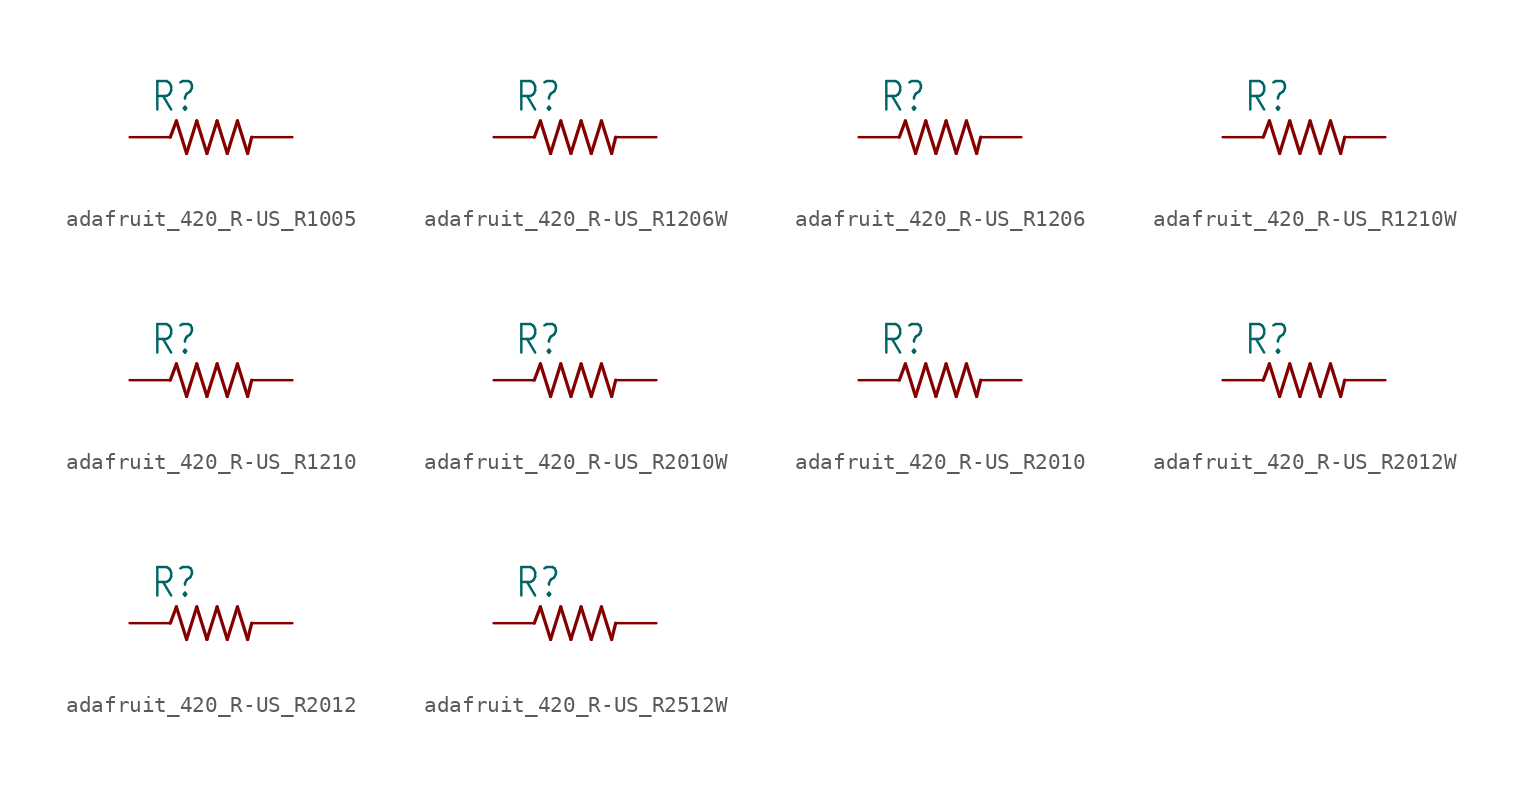
<source format=kicad_sym>
(kicad_symbol_lib
  (version 20241209)
  (generator "kicad_symbol_editor")
  (generator_version "9.0")
  (symbol "adafruit_420_R-US_R1005"
    (property "Reference" "R"
      (at -3.81 1.499 0)
      (effects (font (size 1.778 1.511)) (justify left bottom)))
    (property "Value" ""
      (at -3.81 -3.302 0)
      (effects (font (size 1.778 1.511)) (justify left bottom)))
    (property "ki_locked" ""
      (at 0 0 0)
      (effects (font (size 1.27 1.27))))
    (symbol "adafruit_420_R-US_R1005_1_0"
      (polyline (pts (xy -2.54 0) (xy -2.159 1.016)) (stroke (width 0.203) (type solid)) (fill (type none)))
      (polyline (pts (xy -2.159 1.016) (xy -1.524 -1.016)) (stroke (width 0.203) (type solid)) (fill (type none)))
      (polyline (pts (xy -1.524 -1.016) (xy -0.889 1.016)) (stroke (width 0.203) (type solid)) (fill (type none)))
      (polyline (pts (xy -0.889 1.016) (xy -0.254 -1.016)) (stroke (width 0.203) (type solid)) (fill (type none)))
      (polyline (pts (xy -0.254 -1.016) (xy 0.381 1.016)) (stroke (width 0.203) (type solid)) (fill (type none)))
      (polyline (pts (xy 0.381 1.016) (xy 1.016 -1.016)) (stroke (width 0.203) (type solid)) (fill (type none)))
      (polyline (pts (xy 1.016 -1.016) (xy 1.651 1.016)) (stroke (width 0.203) (type solid)) (fill (type none)))
      (polyline (pts (xy 1.651 1.016) (xy 2.286 -1.016)) (stroke (width 0.203) (type solid)) (fill (type none)))
      (polyline (pts (xy 2.286 -1.016) (xy 2.54 0)) (stroke (width 0.203) (type solid)) (fill (type none)))
      (pin passive line (at -5.08 0 0) (length 2.54) (name "1" (effects (font (size 0 0)))) (number "1" (effects (font (size 0 0)))))
      (pin passive line (at 5.08 0 180) (length 2.54) (name "2" (effects (font (size 0 0)))) (number "2" (effects (font (size 0 0)))))))
  (symbol "adafruit_420_R-US_R1206W"
    (property "Reference" "R"
      (at -3.81 1.499 0)
      (effects (font (size 1.778 1.511)) (justify left bottom)))
    (property "Value" ""
      (at -3.81 -3.302 0)
      (effects (font (size 1.778 1.511)) (justify left bottom)))
    (property "ki_locked" ""
      (at 0 0 0)
      (effects (font (size 1.27 1.27))))
    (symbol "adafruit_420_R-US_R1206W_1_0"
      (polyline (pts (xy -2.54 0) (xy -2.159 1.016)) (stroke (width 0.203) (type solid)) (fill (type none)))
      (polyline (pts (xy -2.159 1.016) (xy -1.524 -1.016)) (stroke (width 0.203) (type solid)) (fill (type none)))
      (polyline (pts (xy -1.524 -1.016) (xy -0.889 1.016)) (stroke (width 0.203) (type solid)) (fill (type none)))
      (polyline (pts (xy -0.889 1.016) (xy -0.254 -1.016)) (stroke (width 0.203) (type solid)) (fill (type none)))
      (polyline (pts (xy -0.254 -1.016) (xy 0.381 1.016)) (stroke (width 0.203) (type solid)) (fill (type none)))
      (polyline (pts (xy 0.381 1.016) (xy 1.016 -1.016)) (stroke (width 0.203) (type solid)) (fill (type none)))
      (polyline (pts (xy 1.016 -1.016) (xy 1.651 1.016)) (stroke (width 0.203) (type solid)) (fill (type none)))
      (polyline (pts (xy 1.651 1.016) (xy 2.286 -1.016)) (stroke (width 0.203) (type solid)) (fill (type none)))
      (polyline (pts (xy 2.286 -1.016) (xy 2.54 0)) (stroke (width 0.203) (type solid)) (fill (type none)))
      (pin passive line (at -5.08 0 0) (length 2.54) (name "1" (effects (font (size 0 0)))) (number "1" (effects (font (size 0 0)))))
      (pin passive line (at 5.08 0 180) (length 2.54) (name "2" (effects (font (size 0 0)))) (number "2" (effects (font (size 0 0)))))))
  (symbol "adafruit_420_R-US_R1206"
    (property "Reference" "R"
      (at -3.81 1.499 0)
      (effects (font (size 1.778 1.511)) (justify left bottom)))
    (property "Value" ""
      (at -3.81 -3.302 0)
      (effects (font (size 1.778 1.511)) (justify left bottom)))
    (property "ki_locked" ""
      (at 0 0 0)
      (effects (font (size 1.27 1.27))))
    (symbol "adafruit_420_R-US_R1206_1_0"
      (polyline (pts (xy -2.54 0) (xy -2.159 1.016)) (stroke (width 0.203) (type solid)) (fill (type none)))
      (polyline (pts (xy -2.159 1.016) (xy -1.524 -1.016)) (stroke (width 0.203) (type solid)) (fill (type none)))
      (polyline (pts (xy -1.524 -1.016) (xy -0.889 1.016)) (stroke (width 0.203) (type solid)) (fill (type none)))
      (polyline (pts (xy -0.889 1.016) (xy -0.254 -1.016)) (stroke (width 0.203) (type solid)) (fill (type none)))
      (polyline (pts (xy -0.254 -1.016) (xy 0.381 1.016)) (stroke (width 0.203) (type solid)) (fill (type none)))
      (polyline (pts (xy 0.381 1.016) (xy 1.016 -1.016)) (stroke (width 0.203) (type solid)) (fill (type none)))
      (polyline (pts (xy 1.016 -1.016) (xy 1.651 1.016)) (stroke (width 0.203) (type solid)) (fill (type none)))
      (polyline (pts (xy 1.651 1.016) (xy 2.286 -1.016)) (stroke (width 0.203) (type solid)) (fill (type none)))
      (polyline (pts (xy 2.286 -1.016) (xy 2.54 0)) (stroke (width 0.203) (type solid)) (fill (type none)))
      (pin passive line (at -5.08 0 0) (length 2.54) (name "1" (effects (font (size 0 0)))) (number "1" (effects (font (size 0 0)))))
      (pin passive line (at 5.08 0 180) (length 2.54) (name "2" (effects (font (size 0 0)))) (number "2" (effects (font (size 0 0)))))))
  (symbol "adafruit_420_R-US_R1210W"
    (property "Reference" "R"
      (at -3.81 1.499 0)
      (effects (font (size 1.778 1.511)) (justify left bottom)))
    (property "Value" ""
      (at -3.81 -3.302 0)
      (effects (font (size 1.778 1.511)) (justify left bottom)))
    (property "ki_locked" ""
      (at 0 0 0)
      (effects (font (size 1.27 1.27))))
    (symbol "adafruit_420_R-US_R1210W_1_0"
      (polyline (pts (xy -2.54 0) (xy -2.159 1.016)) (stroke (width 0.203) (type solid)) (fill (type none)))
      (polyline (pts (xy -2.159 1.016) (xy -1.524 -1.016)) (stroke (width 0.203) (type solid)) (fill (type none)))
      (polyline (pts (xy -1.524 -1.016) (xy -0.889 1.016)) (stroke (width 0.203) (type solid)) (fill (type none)))
      (polyline (pts (xy -0.889 1.016) (xy -0.254 -1.016)) (stroke (width 0.203) (type solid)) (fill (type none)))
      (polyline (pts (xy -0.254 -1.016) (xy 0.381 1.016)) (stroke (width 0.203) (type solid)) (fill (type none)))
      (polyline (pts (xy 0.381 1.016) (xy 1.016 -1.016)) (stroke (width 0.203) (type solid)) (fill (type none)))
      (polyline (pts (xy 1.016 -1.016) (xy 1.651 1.016)) (stroke (width 0.203) (type solid)) (fill (type none)))
      (polyline (pts (xy 1.651 1.016) (xy 2.286 -1.016)) (stroke (width 0.203) (type solid)) (fill (type none)))
      (polyline (pts (xy 2.286 -1.016) (xy 2.54 0)) (stroke (width 0.203) (type solid)) (fill (type none)))
      (pin passive line (at -5.08 0 0) (length 2.54) (name "1" (effects (font (size 0 0)))) (number "1" (effects (font (size 0 0)))))
      (pin passive line (at 5.08 0 180) (length 2.54) (name "2" (effects (font (size 0 0)))) (number "2" (effects (font (size 0 0)))))))
  (symbol "adafruit_420_R-US_R1210"
    (property "Reference" "R"
      (at -3.81 1.499 0)
      (effects (font (size 1.778 1.511)) (justify left bottom)))
    (property "Value" ""
      (at -3.81 -3.302 0)
      (effects (font (size 1.778 1.511)) (justify left bottom)))
    (property "ki_locked" ""
      (at 0 0 0)
      (effects (font (size 1.27 1.27))))
    (symbol "adafruit_420_R-US_R1210_1_0"
      (polyline (pts (xy -2.54 0) (xy -2.159 1.016)) (stroke (width 0.203) (type solid)) (fill (type none)))
      (polyline (pts (xy -2.159 1.016) (xy -1.524 -1.016)) (stroke (width 0.203) (type solid)) (fill (type none)))
      (polyline (pts (xy -1.524 -1.016) (xy -0.889 1.016)) (stroke (width 0.203) (type solid)) (fill (type none)))
      (polyline (pts (xy -0.889 1.016) (xy -0.254 -1.016)) (stroke (width 0.203) (type solid)) (fill (type none)))
      (polyline (pts (xy -0.254 -1.016) (xy 0.381 1.016)) (stroke (width 0.203) (type solid)) (fill (type none)))
      (polyline (pts (xy 0.381 1.016) (xy 1.016 -1.016)) (stroke (width 0.203) (type solid)) (fill (type none)))
      (polyline (pts (xy 1.016 -1.016) (xy 1.651 1.016)) (stroke (width 0.203) (type solid)) (fill (type none)))
      (polyline (pts (xy 1.651 1.016) (xy 2.286 -1.016)) (stroke (width 0.203) (type solid)) (fill (type none)))
      (polyline (pts (xy 2.286 -1.016) (xy 2.54 0)) (stroke (width 0.203) (type solid)) (fill (type none)))
      (pin passive line (at -5.08 0 0) (length 2.54) (name "1" (effects (font (size 0 0)))) (number "1" (effects (font (size 0 0)))))
      (pin passive line (at 5.08 0 180) (length 2.54) (name "2" (effects (font (size 0 0)))) (number "2" (effects (font (size 0 0)))))))
  (symbol "adafruit_420_R-US_R2010W"
    (property "Reference" "R"
      (at -3.81 1.499 0)
      (effects (font (size 1.778 1.511)) (justify left bottom)))
    (property "Value" ""
      (at -3.81 -3.302 0)
      (effects (font (size 1.778 1.511)) (justify left bottom)))
    (property "ki_locked" ""
      (at 0 0 0)
      (effects (font (size 1.27 1.27))))
    (symbol "adafruit_420_R-US_R2010W_1_0"
      (polyline (pts (xy -2.54 0) (xy -2.159 1.016)) (stroke (width 0.203) (type solid)) (fill (type none)))
      (polyline (pts (xy -2.159 1.016) (xy -1.524 -1.016)) (stroke (width 0.203) (type solid)) (fill (type none)))
      (polyline (pts (xy -1.524 -1.016) (xy -0.889 1.016)) (stroke (width 0.203) (type solid)) (fill (type none)))
      (polyline (pts (xy -0.889 1.016) (xy -0.254 -1.016)) (stroke (width 0.203) (type solid)) (fill (type none)))
      (polyline (pts (xy -0.254 -1.016) (xy 0.381 1.016)) (stroke (width 0.203) (type solid)) (fill (type none)))
      (polyline (pts (xy 0.381 1.016) (xy 1.016 -1.016)) (stroke (width 0.203) (type solid)) (fill (type none)))
      (polyline (pts (xy 1.016 -1.016) (xy 1.651 1.016)) (stroke (width 0.203) (type solid)) (fill (type none)))
      (polyline (pts (xy 1.651 1.016) (xy 2.286 -1.016)) (stroke (width 0.203) (type solid)) (fill (type none)))
      (polyline (pts (xy 2.286 -1.016) (xy 2.54 0)) (stroke (width 0.203) (type solid)) (fill (type none)))
      (pin passive line (at -5.08 0 0) (length 2.54) (name "1" (effects (font (size 0 0)))) (number "1" (effects (font (size 0 0)))))
      (pin passive line (at 5.08 0 180) (length 2.54) (name "2" (effects (font (size 0 0)))) (number "2" (effects (font (size 0 0)))))))
  (symbol "adafruit_420_R-US_R2010"
    (property "Reference" "R"
      (at -3.81 1.499 0)
      (effects (font (size 1.778 1.511)) (justify left bottom)))
    (property "Value" ""
      (at -3.81 -3.302 0)
      (effects (font (size 1.778 1.511)) (justify left bottom)))
    (property "ki_locked" ""
      (at 0 0 0)
      (effects (font (size 1.27 1.27))))
    (symbol "adafruit_420_R-US_R2010_1_0"
      (polyline (pts (xy -2.54 0) (xy -2.159 1.016)) (stroke (width 0.203) (type solid)) (fill (type none)))
      (polyline (pts (xy -2.159 1.016) (xy -1.524 -1.016)) (stroke (width 0.203) (type solid)) (fill (type none)))
      (polyline (pts (xy -1.524 -1.016) (xy -0.889 1.016)) (stroke (width 0.203) (type solid)) (fill (type none)))
      (polyline (pts (xy -0.889 1.016) (xy -0.254 -1.016)) (stroke (width 0.203) (type solid)) (fill (type none)))
      (polyline (pts (xy -0.254 -1.016) (xy 0.381 1.016)) (stroke (width 0.203) (type solid)) (fill (type none)))
      (polyline (pts (xy 0.381 1.016) (xy 1.016 -1.016)) (stroke (width 0.203) (type solid)) (fill (type none)))
      (polyline (pts (xy 1.016 -1.016) (xy 1.651 1.016)) (stroke (width 0.203) (type solid)) (fill (type none)))
      (polyline (pts (xy 1.651 1.016) (xy 2.286 -1.016)) (stroke (width 0.203) (type solid)) (fill (type none)))
      (polyline (pts (xy 2.286 -1.016) (xy 2.54 0)) (stroke (width 0.203) (type solid)) (fill (type none)))
      (pin passive line (at -5.08 0 0) (length 2.54) (name "1" (effects (font (size 0 0)))) (number "1" (effects (font (size 0 0)))))
      (pin passive line (at 5.08 0 180) (length 2.54) (name "2" (effects (font (size 0 0)))) (number "2" (effects (font (size 0 0)))))))
  (symbol "adafruit_420_R-US_R2012W"
    (property "Reference" "R"
      (at -3.81 1.499 0)
      (effects (font (size 1.778 1.511)) (justify left bottom)))
    (property "Value" ""
      (at -3.81 -3.302 0)
      (effects (font (size 1.778 1.511)) (justify left bottom)))
    (property "ki_locked" ""
      (at 0 0 0)
      (effects (font (size 1.27 1.27))))
    (symbol "adafruit_420_R-US_R2012W_1_0"
      (polyline (pts (xy -2.54 0) (xy -2.159 1.016)) (stroke (width 0.203) (type solid)) (fill (type none)))
      (polyline (pts (xy -2.159 1.016) (xy -1.524 -1.016)) (stroke (width 0.203) (type solid)) (fill (type none)))
      (polyline (pts (xy -1.524 -1.016) (xy -0.889 1.016)) (stroke (width 0.203) (type solid)) (fill (type none)))
      (polyline (pts (xy -0.889 1.016) (xy -0.254 -1.016)) (stroke (width 0.203) (type solid)) (fill (type none)))
      (polyline (pts (xy -0.254 -1.016) (xy 0.381 1.016)) (stroke (width 0.203) (type solid)) (fill (type none)))
      (polyline (pts (xy 0.381 1.016) (xy 1.016 -1.016)) (stroke (width 0.203) (type solid)) (fill (type none)))
      (polyline (pts (xy 1.016 -1.016) (xy 1.651 1.016)) (stroke (width 0.203) (type solid)) (fill (type none)))
      (polyline (pts (xy 1.651 1.016) (xy 2.286 -1.016)) (stroke (width 0.203) (type solid)) (fill (type none)))
      (polyline (pts (xy 2.286 -1.016) (xy 2.54 0)) (stroke (width 0.203) (type solid)) (fill (type none)))
      (pin passive line (at -5.08 0 0) (length 2.54) (name "1" (effects (font (size 0 0)))) (number "1" (effects (font (size 0 0)))))
      (pin passive line (at 5.08 0 180) (length 2.54) (name "2" (effects (font (size 0 0)))) (number "2" (effects (font (size 0 0)))))))
  (symbol "adafruit_420_R-US_R2012"
    (property "Reference" "R"
      (at -3.81 1.499 0)
      (effects (font (size 1.778 1.511)) (justify left bottom)))
    (property "Value" ""
      (at -3.81 -3.302 0)
      (effects (font (size 1.778 1.511)) (justify left bottom)))
    (property "ki_locked" ""
      (at 0 0 0)
      (effects (font (size 1.27 1.27))))
    (symbol "adafruit_420_R-US_R2012_1_0"
      (polyline (pts (xy -2.54 0) (xy -2.159 1.016)) (stroke (width 0.203) (type solid)) (fill (type none)))
      (polyline (pts (xy -2.159 1.016) (xy -1.524 -1.016)) (stroke (width 0.203) (type solid)) (fill (type none)))
      (polyline (pts (xy -1.524 -1.016) (xy -0.889 1.016)) (stroke (width 0.203) (type solid)) (fill (type none)))
      (polyline (pts (xy -0.889 1.016) (xy -0.254 -1.016)) (stroke (width 0.203) (type solid)) (fill (type none)))
      (polyline (pts (xy -0.254 -1.016) (xy 0.381 1.016)) (stroke (width 0.203) (type solid)) (fill (type none)))
      (polyline (pts (xy 0.381 1.016) (xy 1.016 -1.016)) (stroke (width 0.203) (type solid)) (fill (type none)))
      (polyline (pts (xy 1.016 -1.016) (xy 1.651 1.016)) (stroke (width 0.203) (type solid)) (fill (type none)))
      (polyline (pts (xy 1.651 1.016) (xy 2.286 -1.016)) (stroke (width 0.203) (type solid)) (fill (type none)))
      (polyline (pts (xy 2.286 -1.016) (xy 2.54 0)) (stroke (width 0.203) (type solid)) (fill (type none)))
      (pin passive line (at -5.08 0 0) (length 2.54) (name "1" (effects (font (size 0 0)))) (number "1" (effects (font (size 0 0)))))
      (pin passive line (at 5.08 0 180) (length 2.54) (name "2" (effects (font (size 0 0)))) (number "2" (effects (font (size 0 0)))))))
  (symbol "adafruit_420_R-US_R2512W"
    (property "Reference" "R"
      (at -3.81 1.499 0)
      (effects (font (size 1.778 1.511)) (justify left bottom)))
    (property "Value" ""
      (at -3.81 -3.302 0)
      (effects (font (size 1.778 1.511)) (justify left bottom)))
    (property "ki_locked" ""
      (at 0 0 0)
      (effects (font (size 1.27 1.27))))
    (symbol "adafruit_420_R-US_R2512W_1_0"
      (polyline (pts (xy -2.54 0) (xy -2.159 1.016)) (stroke (width 0.203) (type solid)) (fill (type none)))
      (polyline (pts (xy -2.159 1.016) (xy -1.524 -1.016)) (stroke (width 0.203) (type solid)) (fill (type none)))
      (polyline (pts (xy -1.524 -1.016) (xy -0.889 1.016)) (stroke (width 0.203) (type solid)) (fill (type none)))
      (polyline (pts (xy -0.889 1.016) (xy -0.254 -1.016)) (stroke (width 0.203) (type solid)) (fill (type none)))
      (polyline (pts (xy -0.254 -1.016) (xy 0.381 1.016)) (stroke (width 0.203) (type solid)) (fill (type none)))
      (polyline (pts (xy 0.381 1.016) (xy 1.016 -1.016)) (stroke (width 0.203) (type solid)) (fill (type none)))
      (polyline (pts (xy 1.016 -1.016) (xy 1.651 1.016)) (stroke (width 0.203) (type solid)) (fill (type none)))
      (polyline (pts (xy 1.651 1.016) (xy 2.286 -1.016)) (stroke (width 0.203) (type solid)) (fill (type none)))
      (polyline (pts (xy 2.286 -1.016) (xy 2.54 0)) (stroke (width 0.203) (type solid)) (fill (type none)))
      (pin passive line (at -5.08 0 0) (length 2.54) (name "1" (effects (font (size 0 0)))) (number "1" (effects (font (size 0 0)))))
      (pin passive line (at 5.08 0 180) (length 2.54) (name "2" (effects (font (size 0 0)))) (number "2" (effects (font (size 0 0))))))))
</source>
